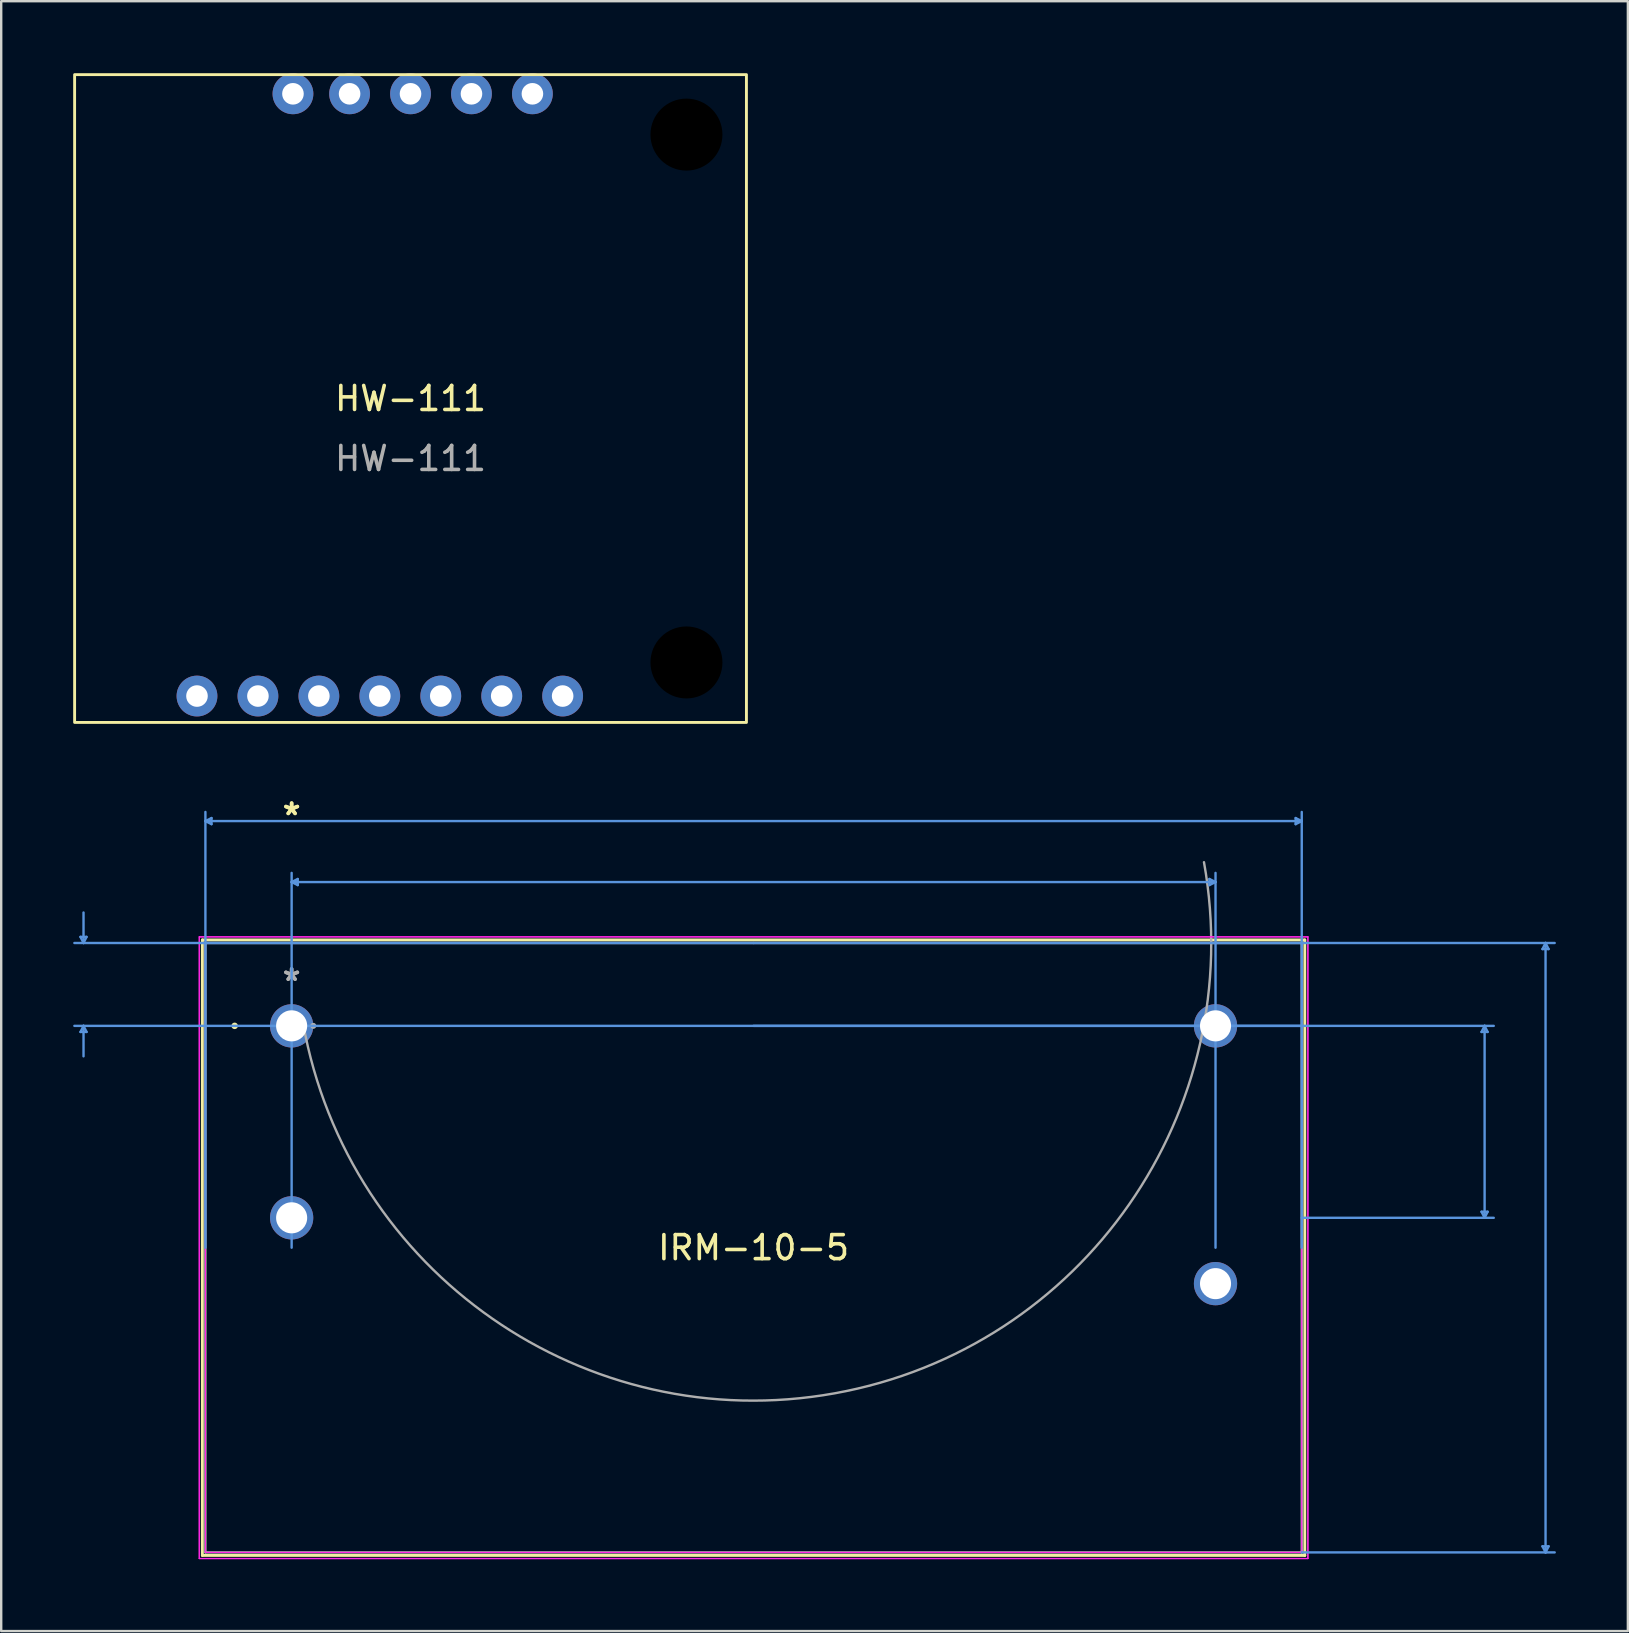
<source format=kicad_pcb>
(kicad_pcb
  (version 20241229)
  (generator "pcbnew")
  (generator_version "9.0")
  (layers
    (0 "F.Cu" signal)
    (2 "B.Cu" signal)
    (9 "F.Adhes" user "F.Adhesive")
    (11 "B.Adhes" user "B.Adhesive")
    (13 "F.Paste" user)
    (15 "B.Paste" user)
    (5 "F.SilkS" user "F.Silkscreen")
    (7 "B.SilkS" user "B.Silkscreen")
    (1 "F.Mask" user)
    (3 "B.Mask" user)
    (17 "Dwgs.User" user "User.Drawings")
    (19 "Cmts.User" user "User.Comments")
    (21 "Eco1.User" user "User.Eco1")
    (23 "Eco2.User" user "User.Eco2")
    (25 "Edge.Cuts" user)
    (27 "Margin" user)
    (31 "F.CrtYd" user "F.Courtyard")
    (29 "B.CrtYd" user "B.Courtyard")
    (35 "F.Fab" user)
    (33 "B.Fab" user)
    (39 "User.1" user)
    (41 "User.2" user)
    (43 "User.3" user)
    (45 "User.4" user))
  (footprint "IRM-10-5"
    (layer "F.Cu")
    (at 9.105 39.706)
    (property "Reference" "IRM-10-5" (at 19.253 9.246 0) (layer "F.SilkS") (effects (font (size 1 1) (thickness 0.15))))
    (attr through_hole)
    (fp_line (start -3.721 -3.581) (end -3.721 22.073) (stroke (width 0.12) (type solid)) (layer "F.SilkS"))
    (fp_line (start -3.721 22.073) (end 42.227 22.073) (stroke (width 0.12) (type solid)) (layer "F.SilkS"))
    (fp_line (start 42.227 -3.581) (end -3.721 -3.581) (stroke (width 0.12) (type solid)) (layer "F.SilkS"))
    (fp_line (start 42.227 22.073) (end 42.227 -3.581) (stroke (width 0.12) (type solid)) (layer "F.SilkS"))
    (fp_circle (center -2.375 0) (end -2.299 0) (stroke (width 0.12) (type solid)) (fill no) (layer "F.SilkS"))
    (fp_line (start -8.801 -3.708) (end -8.547 -3.708) (stroke (width 0.1) (type solid)) (layer "Cmts.User"))
    (fp_line (start -8.801 0.254) (end -8.547 0.254) (stroke (width 0.1) (type solid)) (layer "Cmts.User"))
    (fp_line (start -8.674 -3.454) (end -8.801 -3.708) (stroke (width 0.1) (type solid)) (layer "Cmts.User"))
    (fp_line (start -8.674 -3.454) (end -8.674 -4.724) (stroke (width 0.1) (type solid)) (layer "Cmts.User"))
    (fp_line (start -8.674 -3.454) (end -8.547 -3.708) (stroke (width 0.1) (type solid)) (layer "Cmts.User"))
    (fp_line (start -8.674 0) (end -8.801 0.254) (stroke (width 0.1) (type solid)) (layer "Cmts.User"))
    (fp_line (start -8.674 0) (end -8.674 1.27) (stroke (width 0.1) (type solid)) (layer "Cmts.User"))
    (fp_line (start -8.674 0) (end -8.547 0.254) (stroke (width 0.1) (type solid)) (layer "Cmts.User"))
    (fp_line (start -3.594 -8.534) (end -3.34 -8.661) (stroke (width 0.1) (type solid)) (layer "Cmts.User"))
    (fp_line (start -3.594 -8.534) (end -3.34 -8.407) (stroke (width 0.1) (type solid)) (layer "Cmts.User"))
    (fp_line (start -3.594 -8.534) (end 42.1 -8.534) (stroke (width 0.1) (type solid)) (layer "Cmts.User"))
    (fp_line (start -3.594 9.246) (end -3.594 -8.915) (stroke (width 0.1) (type solid)) (layer "Cmts.User"))
    (fp_line (start -3.34 -8.661) (end -3.34 -8.407) (stroke (width 0.1) (type solid)) (layer "Cmts.User"))
    (fp_line (start 0 -5.994) (end 0.254 -6.121) (stroke (width 0.1) (type solid)) (layer "Cmts.User"))
    (fp_line (start 0 -5.994) (end 0.254 -5.867) (stroke (width 0.1) (type solid)) (layer "Cmts.User"))
    (fp_line (start 0 -5.994) (end 38.506 -5.994) (stroke (width 0.1) (type solid)) (layer "Cmts.User"))
    (fp_line (start 0 9.246) (end 0 -6.375) (stroke (width 0.1) (type solid)) (layer "Cmts.User"))
    (fp_line (start 0.254 -6.121) (end 0.254 -5.867) (stroke (width 0.1) (type solid)) (layer "Cmts.User"))
    (fp_line (start 19.253 -3.454) (end -9.055 -3.454) (stroke (width 0.1) (type solid)) (layer "Cmts.User"))
    (fp_line (start 19.253 -3.454) (end 52.642 -3.454) (stroke (width 0.1) (type solid)) (layer "Cmts.User"))
    (fp_line (start 19.253 0) (end 50.102 0) (stroke (width 0.1) (type solid)) (layer "Cmts.User"))
    (fp_line (start 38.252 -6.121) (end 38.252 -5.867) (stroke (width 0.1) (type solid)) (layer "Cmts.User"))
    (fp_line (start 38.506 -5.994) (end 38.252 -6.121) (stroke (width 0.1) (type solid)) (layer "Cmts.User"))
    (fp_line (start 38.506 -5.994) (end 38.252 -5.867) (stroke (width 0.1) (type solid)) (layer "Cmts.User"))
    (fp_line (start 38.506 9.246) (end 38.506 -6.375) (stroke (width 0.1) (type solid)) (layer "Cmts.User"))
    (fp_line (start 41.846 -8.661) (end 41.846 -8.407) (stroke (width 0.1) (type solid)) (layer "Cmts.User"))
    (fp_line (start 42.1 -8.534) (end 41.846 -8.661) (stroke (width 0.1) (type solid)) (layer "Cmts.User"))
    (fp_line (start 42.1 -8.534) (end 41.846 -8.407) (stroke (width 0.1) (type solid)) (layer "Cmts.User"))
    (fp_line (start 42.1 0) (end -9.055 0) (stroke (width 0.1) (type solid)) (layer "Cmts.User"))
    (fp_line (start 42.1 8.001) (end 50.102 8.001) (stroke (width 0.1) (type solid)) (layer "Cmts.User"))
    (fp_line (start 42.1 9.246) (end 42.1 -8.915) (stroke (width 0.1) (type solid)) (layer "Cmts.User"))
    (fp_line (start 42.1 21.946) (end 52.642 21.946) (stroke (width 0.1) (type solid)) (layer "Cmts.User"))
    (fp_line (start 49.593 0.254) (end 49.847 0.254) (stroke (width 0.1) (type solid)) (layer "Cmts.User"))
    (fp_line (start 49.593 7.747) (end 49.847 7.747) (stroke (width 0.1) (type solid)) (layer "Cmts.User"))
    (fp_line (start 49.721 0) (end 49.593 0.254) (stroke (width 0.1) (type solid)) (layer "Cmts.User"))
    (fp_line (start 49.721 0) (end 49.721 8.001) (stroke (width 0.1) (type solid)) (layer "Cmts.User"))
    (fp_line (start 49.721 0) (end 49.847 0.254) (stroke (width 0.1) (type solid)) (layer "Cmts.User"))
    (fp_line (start 49.721 8.001) (end 49.593 7.747) (stroke (width 0.1) (type solid)) (layer "Cmts.User"))
    (fp_line (start 49.721 8.001) (end 49.847 7.747) (stroke (width 0.1) (type solid)) (layer "Cmts.User"))
    (fp_line (start 52.133 -3.2) (end 52.388 -3.2) (stroke (width 0.1) (type solid)) (layer "Cmts.User"))
    (fp_line (start 52.133 21.692) (end 52.388 21.692) (stroke (width 0.1) (type solid)) (layer "Cmts.User"))
    (fp_line (start 52.261 -3.454) (end 52.133 -3.2) (stroke (width 0.1) (type solid)) (layer "Cmts.User"))
    (fp_line (start 52.261 -3.454) (end 52.261 21.946) (stroke (width 0.1) (type solid)) (layer "Cmts.User"))
    (fp_line (start 52.261 -3.454) (end 52.388 -3.2) (stroke (width 0.1) (type solid)) (layer "Cmts.User"))
    (fp_line (start 52.261 21.946) (end 52.133 21.692) (stroke (width 0.1) (type solid)) (layer "Cmts.User"))
    (fp_line (start 52.261 21.946) (end 52.388 21.692) (stroke (width 0.1) (type solid)) (layer "Cmts.User"))
    (fp_line (start -3.848 -3.708) (end 42.355 -3.708) (stroke (width 0.05) (type solid)) (layer "F.CrtYd"))
    (fp_line (start -3.848 -3.708) (end 42.355 -3.708) (stroke (width 0.05) (type solid)) (layer "F.CrtYd"))
    (fp_line (start -3.848 22.2) (end -3.848 -3.708) (stroke (width 0.05) (type solid)) (layer "F.CrtYd"))
    (fp_line (start -3.848 22.2) (end -3.848 -3.708) (stroke (width 0.05) (type solid)) (layer "F.CrtYd"))
    (fp_line (start -3.594 -3.454) (end 42.1 -3.454) (stroke (width 0.05) (type solid)) (layer "F.CrtYd"))
    (fp_line (start -3.594 21.946) (end -3.594 -3.454) (stroke (width 0.05) (type solid)) (layer "F.CrtYd"))
    (fp_line (start 42.1 -3.454) (end 42.1 21.946) (stroke (width 0.05) (type solid)) (layer "F.CrtYd"))
    (fp_line (start 42.1 21.946) (end -3.594 21.946) (stroke (width 0.05) (type solid)) (layer "F.CrtYd"))
    (fp_line (start 42.355 -3.708) (end 42.355 22.2) (stroke (width 0.05) (type solid)) (layer "F.CrtYd"))
    (fp_line (start 42.355 -3.708) (end 42.355 22.2) (stroke (width 0.05) (type solid)) (layer "F.CrtYd"))
    (fp_line (start 42.355 22.2) (end -3.848 22.2) (stroke (width 0.05) (type solid)) (layer "F.CrtYd"))
    (fp_line (start 42.355 22.2) (end -3.848 22.2) (stroke (width 0.05) (type solid)) (layer "F.CrtYd"))
    (fp_line (start -3.594 -3.454) (end -3.594 21.946) (stroke (width 0.1) (type solid)) (layer "F.Fab"))
    (fp_line (start -3.594 21.946) (end 42.1 21.946) (stroke (width 0.1) (type solid)) (layer "F.Fab"))
    (fp_line (start 42.1 -3.454) (end -3.594 -3.454) (stroke (width 0.1) (type solid)) (layer "F.Fab"))
    (fp_line (start 42.1 21.946) (end 42.1 -3.454) (stroke (width 0.1) (type solid)) (layer "F.Fab"))
    (fp_arc (start 38.025111 -6.821058) (mid 22.619858 15.317511) (end 0.481289 -0.087742) (stroke (width 0.1) (type solid)) (layer "F.Fab"))
    (fp_circle (center 0.902 0) (end 0.978 0) (stroke (width 0.1) (type solid)) (fill no) (layer "F.Fab"))
    (fp_text user "*" (at 0 -8.738 0) (layer "F.SilkS") (effects (font (size 1 1) (thickness 0.15))))
    (fp_text user "*" (at 0 -8.738 0) (layer "F.SilkS") (effects (font (size 1 1) (thickness 0.15))))
    (fp_text user "Copyright 2021 Accelerated Designs. All rights reserved." (at 0 0 0) (layer "Cmts.User") (effects (font (size 0.127 0.127) (thickness 0.002))))
    (fp_text user "*" (at 0 -1.829 0) (layer "F.Fab") (effects (font (size 1 1) (thickness 0.15))))
    (fp_text user "*" (at 0 -1.829 0) (layer "F.Fab") (effects (font (size 1 1) (thickness 0.15))))
    (pad "1" thru_hole circle (at 0 0) (size 1.803 1.803) (drill 1.295) (layers "*.Cu" "*.Mask"))
    (pad "2" thru_hole circle (at 0 8.001) (size 1.803 1.803) (drill 1.295) (layers "*.Cu" "*.Mask"))
    (pad "3" thru_hole circle (at 38.506 10.744) (size 1.803 1.803) (drill 1.295) (layers "*.Cu" "*.Mask"))
    (pad "4" thru_hole circle (at 38.506 0) (size 1.803 1.803) (drill 1.295) (layers "*.Cu" "*.Mask")))
  (footprint "HW-111"
    (layer "F.Cu")
    (at 14.06 13.56)
    (property "Reference" "HW-111" (at 0 0 0) (unlocked yes) (layer "F.SilkS") (effects (font (size 1 1) (thickness 0.15))))
    (attr through_hole)
    (fp_rect (start -14 -13.5) (end 14 13.5) (stroke (width 0.12) (type solid)) (fill no) (layer "F.SilkS"))
    (fp_text user "${REFERENCE}" (at 0 2.5 0) (unlocked yes) (layer "F.Fab") (effects (font (size 1 1) (thickness 0.15))))
    (pad "" np_thru_hole circle (at 11.5 -11) (size 3 3) (drill 3) (layers "*.Mask"))
    (pad "" np_thru_hole circle (at 11.5 11) (size 3 3) (drill 3) (layers "*.Mask"))
    (pad "1" thru_hole circle (at -4.9 -12.7) (size 1.7 1.7) (drill 0.9) (layers "*.Cu" "*.Mask"))
    (pad "2" thru_hole circle (at -2.54 -12.7) (size 1.7 1.7) (drill 0.9) (layers "*.Cu" "*.Mask"))
    (pad "3" thru_hole circle (at 0 -12.7) (size 1.7 1.7) (drill 0.9) (layers "*.Cu" "*.Mask"))
    (pad "4" thru_hole circle (at 2.54 -12.7) (size 1.7 1.7) (drill 0.9) (layers "*.Cu" "*.Mask"))
    (pad "5" thru_hole circle (at 5.08 -12.7) (size 1.7 1.7) (drill 0.9) (layers "*.Cu" "*.Mask"))
    (pad "6" thru_hole circle (at -8.9 12.4) (size 1.7 1.7) (drill 0.9) (layers "*.Cu" "*.Mask"))
    (pad "7" thru_hole circle (at -6.36 12.4) (size 1.7 1.7) (drill 0.9) (layers "*.Cu" "*.Mask"))
    (pad "8" thru_hole circle (at -3.82 12.4) (size 1.7 1.7) (drill 0.9) (layers "*.Cu" "*.Mask"))
    (pad "9" thru_hole circle (at -1.28 12.4) (size 1.7 1.7) (drill 0.9) (layers "*.Cu" "*.Mask"))
    (pad "10" thru_hole circle (at 1.26 12.4) (size 1.7 1.7) (drill 0.9) (layers "*.Cu" "*.Mask"))
    (pad "11" thru_hole circle (at 3.8 12.4) (size 1.7 1.7) (drill 0.9) (layers "*.Cu" "*.Mask"))
    (pad "12" thru_hole circle (at 6.34 12.4) (size 1.7 1.7) (drill 0.9) (layers "*.Cu" "*.Mask")))
  (gr_rect
    (start -3 -3)
    (end 64.797 64.93)
    (stroke (width 0.1) (type default))
    (fill no)
    (layer "Edge.Cuts")))
</source>
